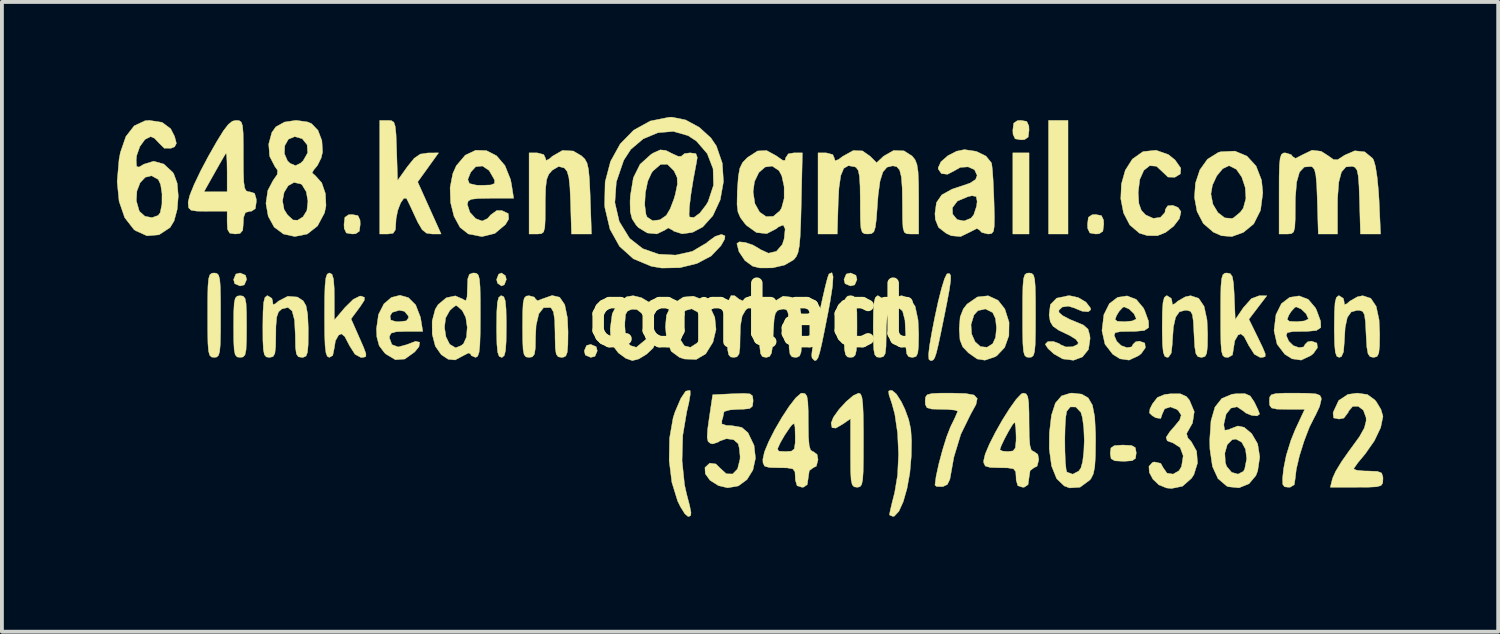
<source format=kicad_pcb>
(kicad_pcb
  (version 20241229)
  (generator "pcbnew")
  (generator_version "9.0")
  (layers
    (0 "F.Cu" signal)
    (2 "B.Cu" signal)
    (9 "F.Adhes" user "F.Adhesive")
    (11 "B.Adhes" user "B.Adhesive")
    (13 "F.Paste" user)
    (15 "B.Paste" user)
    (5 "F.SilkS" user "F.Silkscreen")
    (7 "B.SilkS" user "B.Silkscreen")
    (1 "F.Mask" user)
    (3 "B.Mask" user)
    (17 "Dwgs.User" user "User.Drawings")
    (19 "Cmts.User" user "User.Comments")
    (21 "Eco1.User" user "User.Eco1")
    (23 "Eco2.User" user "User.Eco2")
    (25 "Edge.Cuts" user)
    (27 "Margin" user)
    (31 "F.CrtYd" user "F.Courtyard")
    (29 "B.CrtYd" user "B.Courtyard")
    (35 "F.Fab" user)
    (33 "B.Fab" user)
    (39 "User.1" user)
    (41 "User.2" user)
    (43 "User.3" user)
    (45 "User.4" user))
  (footprint "contact"
    (layer "F.Cu")
    (at 16.504 5.169)
    (property "Reference" "contact" (at 0 0 0) (layer "F.SilkS") (effects (font (size 1.524 1.524) (thickness 0.3))))
    (attr through_hole)
    (fp_poly (pts (xy 7.281 -2.117) (xy 6.858 -2.117) (xy 6.858 -4.233) (xy 7.281 -4.233) (xy 7.281 -2.117)) (stroke (width 0.01) (type solid)) (fill yes) (layer "F.SilkS"))
    (fp_poly (pts (xy 8.297 -2.117) (xy 7.789 -2.117) (xy 7.789 -5.08) (xy 8.297 -5.08) (xy 8.297 -2.117)) (stroke (width 0.01) (type solid)) (fill yes) (layer "F.SilkS"))
    (fp_poly (pts (xy -13.151 -1.041) (xy -13.123 -0.931) (xy -13.183 -0.79) (xy -13.293 -0.762) (xy -13.434 -0.822) (xy -13.462 -0.931) (xy -13.402 -1.073) (xy -13.293 -1.101) (xy -13.151 -1.041)) (stroke (width 0.01) (type solid)) (fill yes) (layer "F.SilkS"))
    (fp_poly (pts (xy -6.374 -1.03) (xy -6.35 -0.931) (xy -6.403 -0.793) (xy -6.477 -0.762) (xy -6.58 -0.833) (xy -6.604 -0.931) (xy -6.551 -1.069) (xy -6.477 -1.101) (xy -6.374 -1.03)) (stroke (width 0.01) (type solid)) (fill yes) (layer "F.SilkS"))
    (fp_poly (pts (xy -4.007 0.822) (xy -3.979 0.931) (xy -4.039 1.073) (xy -4.149 1.101) (xy -4.29 1.041) (xy -4.318 0.931) (xy -4.258 0.79) (xy -4.149 0.762) (xy -4.007 0.822)) (stroke (width 0.01) (type solid)) (fill yes) (layer "F.SilkS"))
    (fp_poly (pts (xy 2.766 -1.041) (xy 2.794 -0.931) (xy 2.734 -0.79) (xy 2.625 -0.762) (xy 2.483 -0.822) (xy 2.455 -0.931) (xy 2.515 -1.073) (xy 2.625 -1.101) (xy 2.766 -1.041)) (stroke (width 0.01) (type solid)) (fill yes) (layer "F.SilkS"))
    (fp_poly (pts (xy -10.22 -2.597) (xy -10.165 -2.481) (xy -10.16 -2.371) (xy -10.183 -2.189) (xy -10.28 -2.123) (xy -10.372 -2.117) (xy -10.523 -2.144) (xy -10.578 -2.26) (xy -10.583 -2.371) (xy -10.561 -2.552) (xy -10.464 -2.619) (xy -10.372 -2.625) (xy -10.22 -2.597)) (stroke (width 0.01) (type solid)) (fill yes) (layer "F.SilkS"))
    (fp_poly (pts (xy 7.221 -5.053) (xy 7.276 -4.936) (xy 7.281 -4.826) (xy 7.259 -4.644) (xy 7.162 -4.578) (xy 7.07 -4.572) (xy 6.918 -4.599) (xy 6.863 -4.716) (xy 6.858 -4.826) (xy 6.881 -5.008) (xy 6.978 -5.074) (xy 7.07 -5.08) (xy 7.221 -5.053)) (stroke (width 0.01) (type solid)) (fill yes) (layer "F.SilkS"))
    (fp_poly (pts (xy 9.168 -2.597) (xy 9.224 -2.481) (xy 9.229 -2.371) (xy 9.206 -2.189) (xy 9.109 -2.123) (xy 9.017 -2.117) (xy 8.866 -2.144) (xy 8.81 -2.26) (xy 8.805 -2.371) (xy 8.828 -2.552) (xy 8.925 -2.619) (xy 9.017 -2.625) (xy 9.168 -2.597)) (stroke (width 0.01) (type solid)) (fill yes) (layer "F.SilkS"))
    (fp_poly (pts (xy 9.955 3.398) (xy 10.052 3.453) (xy 10.075 3.58) (xy 10.075 3.598) (xy 10.057 3.735) (xy 9.97 3.795) (xy 9.766 3.81) (xy 9.737 3.81) (xy 9.518 3.798) (xy 9.421 3.744) (xy 9.398 3.617) (xy 9.398 3.598) (xy 9.416 3.462) (xy 9.504 3.401) (xy 9.707 3.387) (xy 9.737 3.387) (xy 9.955 3.398)) (stroke (width 0.01) (type solid)) (fill yes) (layer "F.SilkS"))
    (fp_poly (pts (xy -13.214 -0.496) (xy -13.164 -0.438) (xy -13.137 -0.304) (xy -13.126 -0.062) (xy -13.123 0.296) (xy -13.126 0.67) (xy -13.138 0.906) (xy -13.166 1.036) (xy -13.217 1.09) (xy -13.293 1.101) (xy -13.371 1.089) (xy -13.421 1.031) (xy -13.448 0.897) (xy -13.46 0.655) (xy -13.462 0.296) (xy -13.459 -0.078) (xy -13.447 -0.313) (xy -13.419 -0.443) (xy -13.368 -0.497) (xy -13.293 -0.508) (xy -13.214 -0.496)) (stroke (width 0.01) (type solid)) (fill yes) (layer "F.SilkS"))
    (fp_poly (pts (xy -6.416 -0.479) (xy -6.378 -0.374) (xy -6.358 -0.164) (xy -6.35 0.18) (xy -6.35 0.296) (xy -6.355 0.68) (xy -6.371 0.922) (xy -6.404 1.053) (xy -6.459 1.099) (xy -6.477 1.101) (xy -6.538 1.072) (xy -6.576 0.967) (xy -6.596 0.756) (xy -6.604 0.413) (xy -6.604 0.296) (xy -6.599 -0.087) (xy -6.583 -0.33) (xy -6.55 -0.46) (xy -6.495 -0.506) (xy -6.477 -0.508) (xy -6.416 -0.479)) (stroke (width 0.01) (type solid)) (fill yes) (layer "F.SilkS"))
    (fp_poly (pts (xy 2.703 -0.496) (xy 2.753 -0.438) (xy 2.78 -0.304) (xy 2.792 -0.062) (xy 2.794 0.296) (xy 2.791 0.67) (xy 2.779 0.906) (xy 2.751 1.036) (xy 2.7 1.09) (xy 2.625 1.101) (xy 2.546 1.089) (xy 2.496 1.031) (xy 2.469 0.897) (xy 2.458 0.655) (xy 2.455 0.296) (xy 2.458 -0.078) (xy 2.47 -0.313) (xy 2.498 -0.443) (xy 2.549 -0.497) (xy 2.625 -0.508) (xy 2.703 -0.496)) (stroke (width 0.01) (type solid)) (fill yes) (layer "F.SilkS"))
    (fp_poly (pts (xy 2.171 -1.004) (xy 2.155 -0.754) (xy 2.093 -0.353) (xy 2.039 -0.065) (xy 1.944 0.416) (xy 1.874 0.755) (xy 1.821 0.977) (xy 1.779 1.107) (xy 1.74 1.168) (xy 1.698 1.185) (xy 1.688 1.185) (xy 1.622 1.116) (xy 1.612 1.037) (xy 1.631 0.879) (xy 1.678 0.611) (xy 1.743 0.273) (xy 1.82 -0.095) (xy 1.899 -0.454) (xy 1.971 -0.764) (xy 2.029 -0.984) (xy 2.064 -1.076) (xy 2.14 -1.109) (xy 2.171 -1.004)) (stroke (width 0.01) (type solid)) (fill yes) (layer "F.SilkS"))
    (fp_poly (pts (xy 5.237 -1.033) (xy 5.236 -0.901) (xy 5.203 -0.665) (xy 5.135 -0.301) (xy 5.081 -0.03) (xy 4.985 0.441) (xy 4.915 0.771) (xy 4.863 0.986) (xy 4.821 1.11) (xy 4.783 1.167) (xy 4.739 1.184) (xy 4.71 1.185) (xy 4.669 1.151) (xy 4.66 1.032) (xy 4.684 0.809) (xy 4.744 0.459) (xy 4.82 0.07) (xy 4.911 -0.352) (xy 5 -0.703) (xy 5.078 -0.954) (xy 5.138 -1.075) (xy 5.146 -1.08) (xy 5.207 -1.085) (xy 5.237 -1.033)) (stroke (width 0.01) (type solid)) (fill yes) (layer "F.SilkS"))
    (fp_poly (pts (xy -13.901 -1.091) (xy -13.854 -1.045) (xy -13.824 -0.936) (xy -13.808 -0.735) (xy -13.802 -0.418) (xy -13.801 0) (xy -13.802 0.449) (xy -13.809 0.756) (xy -13.826 0.948) (xy -13.857 1.051) (xy -13.906 1.093) (xy -13.97 1.101) (xy -14.039 1.091) (xy -14.086 1.045) (xy -14.116 0.936) (xy -14.132 0.735) (xy -14.138 0.418) (xy -14.139 0) (xy -14.138 -0.449) (xy -14.131 -0.756) (xy -14.114 -0.948) (xy -14.083 -1.051) (xy -14.034 -1.093) (xy -13.97 -1.101) (xy -13.901 -1.091)) (stroke (width 0.01) (type solid)) (fill yes) (layer "F.SilkS"))
    (fp_poly (pts (xy -1.556 1.972) (xy -1.554 2.069) (xy -1.59 2.281) (xy -1.646 2.522) (xy -1.749 3.133) (xy -1.768 3.794) (xy -1.703 4.423) (xy -1.651 4.657) (xy -1.571 4.962) (xy -1.535 5.14) (xy -1.541 5.223) (xy -1.585 5.248) (xy -1.613 5.249) (xy -1.696 5.178) (xy -1.809 4.997) (xy -1.883 4.847) (xy -2.033 4.361) (xy -2.104 3.791) (xy -2.094 3.207) (xy -2.001 2.677) (xy -1.95 2.52) (xy -1.799 2.169) (xy -1.674 1.982) (xy -1.572 1.959) (xy -1.556 1.972)) (stroke (width 0.01) (type solid)) (fill yes) (layer "F.SilkS"))
    (fp_poly (pts (xy 7.35 -1.091) (xy 7.398 -1.045) (xy 7.427 -0.936) (xy 7.443 -0.735) (xy 7.45 -0.418) (xy 7.451 0) (xy 7.449 0.449) (xy 7.442 0.756) (xy 7.425 0.948) (xy 7.394 1.051) (xy 7.346 1.093) (xy 7.281 1.101) (xy 7.212 1.091) (xy 7.165 1.045) (xy 7.135 0.936) (xy 7.12 0.735) (xy 7.113 0.418) (xy 7.112 0) (xy 7.113 -0.449) (xy 7.121 -0.756) (xy 7.137 -0.948) (xy 7.168 -1.051) (xy 7.217 -1.093) (xy 7.281 -1.101) (xy 7.35 -1.091)) (stroke (width 0.01) (type solid)) (fill yes) (layer "F.SilkS"))
    (fp_poly (pts (xy 3.712 1.965) (xy 3.818 2.053) (xy 3.948 2.254) (xy 4.045 2.456) (xy 4.142 2.722) (xy 4.197 2.974) (xy 4.217 3.272) (xy 4.21 3.676) (xy 4.209 3.683) (xy 4.172 4.114) (xy 4.099 4.518) (xy 4.001 4.862) (xy 3.887 5.114) (xy 3.768 5.241) (xy 3.73 5.249) (xy 3.644 5.212) (xy 3.641 5.198) (xy 3.661 5.095) (xy 3.712 4.878) (xy 3.776 4.627) (xy 3.853 4.167) (xy 3.878 3.629) (xy 3.853 3.078) (xy 3.78 2.58) (xy 3.704 2.303) (xy 3.629 2.081) (xy 3.618 1.98) (xy 3.67 1.959) (xy 3.712 1.965)) (stroke (width 0.01) (type solid)) (fill yes) (layer "F.SilkS"))
    (fp_poly (pts (xy 2.888 2.056) (xy 2.923 2.144) (xy 2.945 2.32) (xy 2.958 2.607) (xy 2.963 3.03) (xy 2.963 3.26) (xy 2.962 3.738) (xy 2.956 4.073) (xy 2.942 4.29) (xy 2.916 4.414) (xy 2.875 4.471) (xy 2.815 4.487) (xy 2.794 4.487) (xy 2.719 4.476) (xy 2.67 4.423) (xy 2.641 4.298) (xy 2.628 4.071) (xy 2.625 3.712) (xy 2.625 3.594) (xy 2.625 2.7) (xy 2.436 2.832) (xy 2.242 2.945) (xy 2.143 2.935) (xy 2.119 2.815) (xy 2.179 2.662) (xy 2.324 2.459) (xy 2.512 2.254) (xy 2.698 2.096) (xy 2.837 2.032) (xy 2.837 2.032) (xy 2.888 2.056)) (stroke (width 0.01) (type solid)) (fill yes) (layer "F.SilkS"))
    (fp_poly (pts (xy -1.233 -0.403) (xy -1.038 -0.211) (xy -0.914 0.056) (xy -0.882 0.373) (xy -0.962 0.704) (xy -1.151 1.009) (xy -1.399 1.155) (xy -1.708 1.143) (xy -1.836 1.1) (xy -2.048 0.944) (xy -2.166 0.674) (xy -2.198 0.332) (xy -1.863 0.332) (xy -1.819 0.627) (xy -1.707 0.8) (xy -1.55 0.838) (xy -1.376 0.727) (xy -1.303 0.632) (xy -1.21 0.415) (xy -1.234 0.17) (xy -1.24 0.146) (xy -1.359 -0.08) (xy -1.517 -0.166) (xy -1.678 -0.123) (xy -1.805 0.038) (xy -1.862 0.305) (xy -1.863 0.332) (xy -2.198 0.332) (xy -2.201 0.298) (xy -2.174 0.001) (xy -2.073 -0.21) (xy -1.994 -0.3) (xy -1.734 -0.471) (xy -1.473 -0.497) (xy -1.233 -0.403)) (stroke (width 0.01) (type solid)) (fill yes) (layer "F.SilkS"))
    (fp_poly (pts (xy 14.562 2.036) (xy 14.764 2.052) (xy 14.865 2.09) (xy 14.899 2.157) (xy 14.901 2.199) (xy 14.858 2.38) (xy 14.752 2.608) (xy 14.731 2.644) (xy 14.592 2.92) (xy 14.453 3.283) (xy 14.332 3.669) (xy 14.25 4.018) (xy 14.224 4.242) (xy 14.197 4.422) (xy 14.092 4.485) (xy 14.043 4.487) (xy 13.943 4.475) (xy 13.896 4.412) (xy 13.892 4.258) (xy 13.919 4) (xy 13.989 3.653) (xy 14.111 3.259) (xy 14.222 2.985) (xy 14.469 2.455) (xy 14.008 2.455) (xy 13.743 2.45) (xy 13.605 2.42) (xy 13.554 2.347) (xy 13.547 2.244) (xy 13.554 2.139) (xy 13.599 2.076) (xy 13.715 2.044) (xy 13.939 2.033) (xy 14.224 2.032) (xy 14.562 2.036)) (stroke (width 0.01) (type solid)) (fill yes) (layer "F.SilkS"))
    (fp_poly (pts (xy -9.346 -5.073) (xy -9.283 -5.031) (xy -9.247 -4.921) (xy -9.226 -4.712) (xy -9.213 -4.372) (xy -9.211 -4.297) (xy -9.186 -3.514) (xy -8.932 -3.87) (xy -8.753 -4.092) (xy -8.595 -4.2) (xy -8.404 -4.23) (xy -8.398 -4.23) (xy -8.117 -4.233) (xy -8.662 -3.475) (xy -8.356 -2.796) (xy -8.05 -2.117) (xy -8.286 -2.117) (xy -8.433 -2.139) (xy -8.545 -2.229) (xy -8.66 -2.425) (xy -8.724 -2.561) (xy -8.838 -2.809) (xy -8.925 -2.988) (xy -8.957 -3.048) (xy -9.025 -3.046) (xy -9.107 -2.927) (xy -9.18 -2.736) (xy -9.224 -2.522) (xy -9.229 -2.439) (xy -9.242 -2.228) (xy -9.302 -2.136) (xy -9.44 -2.117) (xy -9.652 -2.117) (xy -9.652 -5.08) (xy -9.444 -5.08) (xy -9.346 -5.073)) (stroke (width 0.01) (type solid)) (fill yes) (layer "F.SilkS"))
    (fp_poly (pts (xy 5.623 2.042) (xy 5.844 2.082) (xy 5.93 2.173) (xy 5.897 2.33) (xy 5.763 2.573) (xy 5.758 2.582) (xy 5.502 3.104) (xy 5.32 3.703) (xy 5.263 4.022) (xy 5.216 4.281) (xy 5.15 4.416) (xy 5.039 4.468) (xy 5.016 4.472) (xy 4.869 4.467) (xy 4.827 4.43) (xy 4.857 4.202) (xy 4.928 3.877) (xy 5.025 3.515) (xy 5.13 3.176) (xy 5.228 2.923) (xy 5.243 2.891) (xy 5.348 2.676) (xy 5.411 2.53) (xy 5.419 2.501) (xy 5.342 2.475) (xy 5.148 2.458) (xy 4.995 2.455) (xy 4.744 2.448) (xy 4.619 2.413) (xy 4.576 2.329) (xy 4.572 2.244) (xy 4.579 2.139) (xy 4.624 2.076) (xy 4.741 2.044) (xy 4.964 2.033) (xy 5.249 2.032) (xy 5.623 2.042)) (stroke (width 0.01) (type solid)) (fill yes) (layer "F.SilkS"))
    (fp_poly (pts (xy 6.472 -0.388) (xy 6.649 -0.163) (xy 6.76 0.185) (xy 6.755 0.535) (xy 6.645 0.842) (xy 6.44 1.059) (xy 6.379 1.091) (xy 6.13 1.174) (xy 5.929 1.143) (xy 5.705 0.986) (xy 5.699 0.981) (xy 5.55 0.825) (xy 5.48 0.647) (xy 5.461 0.378) (xy 5.461 0.353) (xy 5.469 0.247) (xy 5.767 0.247) (xy 5.784 0.491) (xy 5.873 0.693) (xy 6.014 0.819) (xy 6.184 0.837) (xy 6.333 0.745) (xy 6.408 0.578) (xy 6.432 0.331) (xy 6.405 0.087) (xy 6.333 -0.068) (xy 6.141 -0.163) (xy 5.947 -0.118) (xy 5.845 -0.006) (xy 5.767 0.247) (xy 5.469 0.247) (xy 5.484 0.047) (xy 5.568 -0.166) (xy 5.666 -0.29) (xy 5.934 -0.475) (xy 6.215 -0.506) (xy 6.472 -0.388)) (stroke (width 0.01) (type solid)) (fill yes) (layer "F.SilkS"))
    (fp_poly (pts (xy -2.829 -0.457) (xy -2.622 -0.334) (xy -2.482 -0.181) (xy -2.455 -0.095) (xy -2.522 -0.005) (xy -2.664 0.025) (xy -2.796 -0.013) (xy -2.83 -0.058) (xy -2.944 -0.147) (xy -3.069 -0.154) (xy -3.184 -0.117) (xy -3.241 -0.019) (xy -3.259 0.186) (xy -3.26 0.287) (xy -3.239 0.575) (xy -3.17 0.741) (xy -3.107 0.795) (xy -2.961 0.839) (xy -2.843 0.741) (xy -2.702 0.625) (xy -2.555 0.599) (xy -2.463 0.667) (xy -2.455 0.714) (xy -2.524 0.858) (xy -2.691 1.016) (xy -2.896 1.141) (xy -3.063 1.185) (xy -3.231 1.128) (xy -3.42 0.99) (xy -3.433 0.978) (xy -3.57 0.796) (xy -3.631 0.569) (xy -3.641 0.354) (xy -3.588 -0.038) (xy -3.439 -0.323) (xy -3.208 -0.482) (xy -3.042 -0.508) (xy -2.829 -0.457)) (stroke (width 0.01) (type solid)) (fill yes) (layer "F.SilkS"))
    (fp_poly (pts (xy -4.606 -4.281) (xy -4.393 -4.157) (xy -4.305 -4.074) (xy -4.246 -3.968) (xy -4.208 -3.805) (xy -4.184 -3.55) (xy -4.166 -3.17) (xy -4.162 -3.057) (xy -4.13 -2.117) (xy -4.651 -2.117) (xy -4.675 -2.933) (xy -4.692 -3.332) (xy -4.72 -3.593) (xy -4.765 -3.749) (xy -4.832 -3.833) (xy -4.842 -3.84) (xy -4.987 -3.878) (xy -5.147 -3.783) (xy -5.16 -3.772) (xy -5.245 -3.673) (xy -5.298 -3.539) (xy -5.324 -3.328) (xy -5.334 -3.002) (xy -5.334 -2.866) (xy -5.336 -2.509) (xy -5.347 -2.288) (xy -5.378 -2.171) (xy -5.436 -2.125) (xy -5.533 -2.117) (xy -5.546 -2.117) (xy -5.757 -2.117) (xy -5.757 -4.233) (xy -5.546 -4.233) (xy -5.374 -4.188) (xy -5.334 -4.103) (xy -5.311 -4.033) (xy -5.221 -4.081) (xy -5.149 -4.145) (xy -4.885 -4.297) (xy -4.606 -4.281)) (stroke (width 0.01) (type solid)) (fill yes) (layer "F.SilkS"))
    (fp_poly (pts (xy 10.915 -4.188) (xy 11.089 -4.047) (xy 11.237 -3.836) (xy 11.228 -3.685) (xy 11.084 -3.596) (xy 10.903 -3.602) (xy 10.783 -3.717) (xy 10.604 -3.884) (xy 10.427 -3.898) (xy 10.275 -3.778) (xy 10.168 -3.54) (xy 10.127 -3.201) (xy 10.127 -3.199) (xy 10.145 -2.912) (xy 10.21 -2.732) (xy 10.321 -2.614) (xy 10.521 -2.525) (xy 10.707 -2.551) (xy 10.823 -2.676) (xy 10.837 -2.761) (xy 10.897 -2.852) (xy 11.031 -2.864) (xy 11.17 -2.806) (xy 11.243 -2.698) (xy 11.202 -2.518) (xy 11.052 -2.321) (xy 10.839 -2.156) (xy 10.626 -2.072) (xy 10.366 -2.075) (xy 10.16 -2.137) (xy 9.907 -2.353) (xy 9.745 -2.666) (xy 9.673 -3.035) (xy 9.689 -3.42) (xy 9.79 -3.779) (xy 9.976 -4.072) (xy 10.244 -4.26) (xy 10.263 -4.267) (xy 10.593 -4.301) (xy 10.915 -4.188)) (stroke (width 0.01) (type solid)) (fill yes) (layer "F.SilkS"))
    (fp_poly (pts (xy 12.963 -4.148) (xy 13.201 -3.89) (xy 13.344 -3.521) (xy 13.377 -3.192) (xy 13.317 -2.733) (xy 13.14 -2.381) (xy 12.872 -2.16) (xy 12.57 -2.05) (xy 12.297 -2.072) (xy 12.087 -2.165) (xy 11.825 -2.391) (xy 11.662 -2.705) (xy 11.595 -3.068) (xy 11.601 -3.16) (xy 12.023 -3.16) (xy 12.075 -2.894) (xy 12.207 -2.674) (xy 12.385 -2.538) (xy 12.573 -2.522) (xy 12.613 -2.539) (xy 12.791 -2.686) (xy 12.867 -2.79) (xy 12.936 -3.044) (xy 12.918 -3.33) (xy 12.829 -3.6) (xy 12.687 -3.804) (xy 12.507 -3.894) (xy 12.488 -3.895) (xy 12.331 -3.82) (xy 12.177 -3.634) (xy 12.063 -3.39) (xy 12.023 -3.16) (xy 11.601 -3.16) (xy 11.62 -3.442) (xy 11.735 -3.789) (xy 11.934 -4.068) (xy 12.216 -4.244) (xy 12.28 -4.262) (xy 12.65 -4.279) (xy 12.963 -4.148)) (stroke (width 0.01) (type solid)) (fill yes) (layer "F.SilkS"))
    (fp_poly (pts (xy -4.96 -0.468) (xy -4.828 -0.276) (xy -4.757 0.067) (xy -4.741 0.429) (xy -4.745 0.765) (xy -4.761 0.966) (xy -4.8 1.065) (xy -4.868 1.098) (xy -4.911 1.101) (xy -4.998 1.085) (xy -5.049 1.016) (xy -5.073 0.858) (xy -5.08 0.575) (xy -5.08 0.475) (xy -5.089 0.126) (xy -5.121 -0.084) (xy -5.18 -0.185) (xy -5.205 -0.199) (xy -5.379 -0.195) (xy -5.503 -0.036) (xy -5.574 0.268) (xy -5.588 0.556) (xy -5.593 0.852) (xy -5.617 1.016) (xy -5.672 1.087) (xy -5.757 1.101) (xy -5.836 1.089) (xy -5.886 1.031) (xy -5.913 0.897) (xy -5.924 0.655) (xy -5.927 0.296) (xy -5.924 -0.078) (xy -5.912 -0.313) (xy -5.884 -0.443) (xy -5.833 -0.497) (xy -5.757 -0.508) (xy -5.62 -0.471) (xy -5.588 -0.42) (xy -5.536 -0.376) (xy -5.424 -0.42) (xy -5.157 -0.514) (xy -4.96 -0.468)) (stroke (width 0.01) (type solid)) (fill yes) (layer "F.SilkS"))
    (fp_poly (pts (xy 12.53 -1.082) (xy 12.583 -1.003) (xy 12.613 -0.829) (xy 12.632 -0.523) (xy 12.633 -0.492) (xy 12.658 0.116) (xy 12.869 -0.195) (xy 13.08 -0.432) (xy 13.282 -0.507) (xy 13.482 -0.508) (xy 13.248 -0.201) (xy 13.014 0.106) (xy 13.238 0.563) (xy 13.373 0.843) (xy 13.439 1.003) (xy 13.439 1.078) (xy 13.377 1.099) (xy 13.306 1.101) (xy 13.156 1.019) (xy 13.007 0.785) (xy 12.996 0.762) (xy 12.888 0.556) (xy 12.803 0.487) (xy 12.73 0.519) (xy 12.645 0.668) (xy 12.615 0.857) (xy 12.586 1.038) (xy 12.479 1.099) (xy 12.446 1.101) (xy 12.377 1.091) (xy 12.33 1.045) (xy 12.3 0.936) (xy 12.284 0.735) (xy 12.278 0.418) (xy 12.277 0) (xy 12.278 -0.45) (xy 12.285 -0.757) (xy 12.303 -0.949) (xy 12.333 -1.052) (xy 12.382 -1.094) (xy 12.442 -1.101) (xy 12.53 -1.082)) (stroke (width 0.01) (type solid)) (fill yes) (layer "F.SilkS"))
    (fp_poly (pts (xy -10.896 -1.066) (xy -10.857 -0.943) (xy -10.839 -0.7) (xy -10.836 -0.487) (xy -10.835 0.127) (xy -10.558 -0.2) (xy -10.343 -0.412) (xy -10.17 -0.498) (xy -10.132 -0.497) (xy -10.048 -0.463) (xy -10.055 -0.386) (xy -10.159 -0.227) (xy -10.191 -0.184) (xy -10.399 0.097) (xy -10.195 0.559) (xy -10.071 0.842) (xy -10.012 1.004) (xy -10.014 1.079) (xy -10.075 1.1) (xy -10.147 1.101) (xy -10.297 1.019) (xy -10.446 0.785) (xy -10.456 0.762) (xy -10.564 0.556) (xy -10.65 0.487) (xy -10.723 0.519) (xy -10.807 0.668) (xy -10.837 0.857) (xy -10.877 1.051) (xy -10.964 1.101) (xy -11.017 1.076) (xy -11.053 0.986) (xy -11.076 0.805) (xy -11.088 0.508) (xy -11.091 0.07) (xy -11.091 0) (xy -11.089 -0.458) (xy -11.078 -0.773) (xy -11.057 -0.968) (xy -11.023 -1.068) (xy -10.972 -1.1) (xy -10.964 -1.101) (xy -10.896 -1.066)) (stroke (width 0.01) (type solid)) (fill yes) (layer "F.SilkS"))
    (fp_poly (pts (xy -8.903 -0.456) (xy -8.715 -0.269) (xy -8.591 0.05) (xy -8.579 0.116) (xy -8.529 0.423) (xy -8.964 0.423) (xy -9.221 0.432) (xy -9.351 0.467) (xy -9.395 0.547) (xy -9.398 0.595) (xy -9.335 0.767) (xy -9.17 0.829) (xy -8.942 0.767) (xy -8.935 0.763) (xy -8.717 0.681) (xy -8.61 0.706) (xy -8.629 0.822) (xy -8.74 0.959) (xy -8.998 1.144) (xy -9.244 1.162) (xy -9.491 1.014) (xy -9.529 0.978) (xy -9.666 0.796) (xy -9.727 0.569) (xy -9.737 0.354) (xy -9.689 0.021) (xy -9.382 0.021) (xy -9.364 0.127) (xy -9.232 0.167) (xy -9.144 0.169) (xy -8.958 0.148) (xy -8.901 0.07) (xy -8.906 0.021) (xy -9.007 -0.101) (xy -9.144 -0.127) (xy -9.327 -0.072) (xy -9.382 0.021) (xy -9.689 0.021) (xy -9.683 -0.02) (xy -9.543 -0.295) (xy -9.347 -0.463) (xy -9.123 -0.519) (xy -8.903 -0.456)) (stroke (width 0.01) (type solid)) (fill yes) (layer "F.SilkS"))
    (fp_poly (pts (xy 16.192 -0.44) (xy 16.333 -0.231) (xy 16.409 0.124) (xy 16.425 0.485) (xy 16.421 0.804) (xy 16.401 0.989) (xy 16.357 1.076) (xy 16.279 1.1) (xy 16.26 1.101) (xy 16.173 1.082) (xy 16.12 1.004) (xy 16.089 0.831) (xy 16.071 0.526) (xy 16.069 0.487) (xy 16.053 0.17) (xy 16.027 -0.013) (xy 15.979 -0.1) (xy 15.893 -0.126) (xy 15.836 -0.127) (xy 15.682 -0.084) (xy 15.581 0.058) (xy 15.524 0.324) (xy 15.502 0.699) (xy 15.481 0.959) (xy 15.425 1.082) (xy 15.367 1.101) (xy 15.306 1.072) (xy 15.268 0.967) (xy 15.248 0.756) (xy 15.24 0.413) (xy 15.24 0.296) (xy 15.245 -0.087) (xy 15.261 -0.33) (xy 15.294 -0.46) (xy 15.349 -0.506) (xy 15.367 -0.508) (xy 15.476 -0.439) (xy 15.494 -0.368) (xy 15.506 -0.275) (xy 15.571 -0.3) (xy 15.649 -0.368) (xy 15.843 -0.479) (xy 15.983 -0.508) (xy 16.192 -0.44)) (stroke (width 0.01) (type solid)) (fill yes) (layer "F.SilkS"))
    (fp_poly (pts (xy 4.169 -0.44) (xy 4.31 -0.231) (xy 4.386 0.124) (xy 4.403 0.485) (xy 4.398 0.803) (xy 4.379 0.989) (xy 4.335 1.076) (xy 4.257 1.1) (xy 4.233 1.101) (xy 4.143 1.084) (xy 4.092 1.01) (xy 4.069 0.843) (xy 4.064 0.544) (xy 4.064 0.525) (xy 4.045 0.132) (xy 3.983 -0.107) (xy 3.873 -0.201) (xy 3.712 -0.162) (xy 3.627 -0.087) (xy 3.579 0.05) (xy 3.559 0.291) (xy 3.556 0.511) (xy 3.551 0.821) (xy 3.531 0.999) (xy 3.483 1.08) (xy 3.399 1.101) (xy 3.387 1.101) (xy 3.308 1.089) (xy 3.258 1.031) (xy 3.231 0.897) (xy 3.22 0.655) (xy 3.217 0.296) (xy 3.222 -0.087) (xy 3.239 -0.33) (xy 3.272 -0.46) (xy 3.326 -0.506) (xy 3.344 -0.508) (xy 3.454 -0.439) (xy 3.471 -0.368) (xy 3.483 -0.275) (xy 3.549 -0.3) (xy 3.626 -0.368) (xy 3.82 -0.479) (xy 3.96 -0.508) (xy 4.169 -0.44)) (stroke (width 0.01) (type solid)) (fill yes) (layer "F.SilkS"))
    (fp_poly (pts (xy 11.704 -0.44) (xy 11.845 -0.231) (xy 11.922 0.124) (xy 11.938 0.485) (xy 11.934 0.804) (xy 11.914 0.989) (xy 11.87 1.076) (xy 11.791 1.1) (xy 11.772 1.101) (xy 11.685 1.082) (xy 11.632 1.004) (xy 11.602 0.831) (xy 11.584 0.526) (xy 11.582 0.487) (xy 11.566 0.17) (xy 11.54 -0.013) (xy 11.492 -0.1) (xy 11.406 -0.125) (xy 11.346 -0.127) (xy 11.2 -0.086) (xy 11.103 0.053) (xy 11.045 0.312) (xy 11.017 0.715) (xy 11.017 0.741) (xy 10.99 0.987) (xy 10.92 1.092) (xy 10.88 1.101) (xy 10.819 1.072) (xy 10.781 0.967) (xy 10.76 0.756) (xy 10.753 0.413) (xy 10.753 0.296) (xy 10.757 -0.087) (xy 10.774 -0.33) (xy 10.807 -0.46) (xy 10.861 -0.506) (xy 10.88 -0.508) (xy 10.989 -0.439) (xy 11.007 -0.368) (xy 11.019 -0.275) (xy 11.084 -0.3) (xy 11.162 -0.368) (xy 11.356 -0.479) (xy 11.495 -0.508) (xy 11.704 -0.44)) (stroke (width 0.01) (type solid)) (fill yes) (layer "F.SilkS"))
    (fp_poly (pts (xy -12.464 -0.439) (xy -12.446 -0.368) (xy -12.434 -0.275) (xy -12.369 -0.3) (xy -12.291 -0.368) (xy -12.049 -0.493) (xy -11.797 -0.473) (xy -11.648 -0.375) (xy -11.573 -0.246) (xy -11.531 -0.02) (xy -11.515 0.335) (xy -11.515 0.429) (xy -11.518 0.765) (xy -11.535 0.966) (xy -11.573 1.065) (xy -11.641 1.098) (xy -11.684 1.101) (xy -11.774 1.084) (xy -11.825 1.01) (xy -11.848 0.843) (xy -11.853 0.544) (xy -11.853 0.525) (xy -11.873 0.132) (xy -11.935 -0.107) (xy -12.044 -0.201) (xy -12.205 -0.162) (xy -12.29 -0.087) (xy -12.338 0.05) (xy -12.359 0.291) (xy -12.361 0.511) (xy -12.366 0.821) (xy -12.387 0.999) (xy -12.434 1.08) (xy -12.519 1.101) (xy -12.531 1.101) (xy -12.609 1.089) (xy -12.659 1.031) (xy -12.686 0.897) (xy -12.698 0.655) (xy -12.7 0.296) (xy -12.695 -0.087) (xy -12.679 -0.33) (xy -12.646 -0.46) (xy -12.591 -0.506) (xy -12.573 -0.508) (xy -12.464 -0.439)) (stroke (width 0.01) (type solid)) (fill yes) (layer "F.SilkS"))
    (fp_poly (pts (xy 8.654 2.059) (xy 8.823 2.156) (xy 8.933 2.345) (xy 8.993 2.65) (xy 9.016 3.092) (xy 9.017 3.26) (xy 9.012 3.674) (xy 8.994 3.955) (xy 8.957 4.139) (xy 8.896 4.261) (xy 8.863 4.301) (xy 8.61 4.487) (xy 8.337 4.505) (xy 8.199 4.454) (xy 8.001 4.264) (xy 7.868 3.934) (xy 7.807 3.482) (xy 7.81 3.226) (xy 8.214 3.226) (xy 8.217 3.549) (xy 8.228 3.834) (xy 8.249 4.032) (xy 8.269 4.092) (xy 8.421 4.147) (xy 8.578 4.063) (xy 8.633 3.985) (xy 8.679 3.817) (xy 8.71 3.543) (xy 8.721 3.26) (xy 8.708 2.944) (xy 8.674 2.678) (xy 8.633 2.534) (xy 8.5 2.395) (xy 8.357 2.392) (xy 8.264 2.505) (xy 8.238 2.655) (xy 8.221 2.912) (xy 8.214 3.226) (xy 7.81 3.226) (xy 7.811 3.074) (xy 7.865 2.609) (xy 7.968 2.291) (xy 8.129 2.105) (xy 8.357 2.034) (xy 8.413 2.032) (xy 8.654 2.059)) (stroke (width 0.01) (type solid)) (fill yes) (layer "F.SilkS"))
    (fp_poly (pts (xy 8.566 -0.459) (xy 8.766 -0.339) (xy 8.881 -0.19) (xy 8.89 -0.141) (xy 8.824 -0.089) (xy 8.669 -0.102) (xy 8.49 -0.175) (xy 8.477 -0.183) (xy 8.307 -0.235) (xy 8.147 -0.212) (xy 8.059 -0.129) (xy 8.061 -0.073) (xy 8.154 0.01) (xy 8.352 0.114) (xy 8.47 0.161) (xy 8.703 0.26) (xy 8.819 0.365) (xy 8.865 0.528) (xy 8.873 0.608) (xy 8.831 0.894) (xy 8.674 1.089) (xy 8.439 1.176) (xy 8.161 1.141) (xy 7.928 1.01) (xy 7.775 0.869) (xy 7.705 0.762) (xy 7.705 0.756) (xy 7.77 0.689) (xy 7.916 0.685) (xy 8.066 0.741) (xy 8.101 0.769) (xy 8.24 0.828) (xy 8.414 0.824) (xy 8.544 0.765) (xy 8.566 0.72) (xy 8.503 0.63) (xy 8.34 0.529) (xy 8.33 0.525) (xy 8.058 0.395) (xy 7.906 0.289) (xy 7.834 0.17) (xy 7.804 -0.002) (xy 7.804 -0.005) (xy 7.837 -0.277) (xy 8.001 -0.444) (xy 8.299 -0.507) (xy 8.343 -0.508) (xy 8.566 -0.459)) (stroke (width 0.01) (type solid)) (fill yes) (layer "F.SilkS"))
    (fp_poly (pts (xy -6.868 -4.292) (xy -6.604 -4.156) (xy -6.386 -3.901) (xy -6.24 -3.537) (xy -6.215 -3.408) (xy -6.159 -3.048) (xy -6.763 -3.048) (xy -7.078 -3.043) (xy -7.26 -3.023) (xy -7.344 -2.977) (xy -7.366 -2.896) (xy -7.366 -2.885) (xy -7.301 -2.684) (xy -7.148 -2.518) (xy -6.98 -2.455) (xy -6.841 -2.52) (xy -6.762 -2.611) (xy -6.601 -2.729) (xy -6.465 -2.728) (xy -6.299 -2.65) (xy -6.288 -2.507) (xy -6.374 -2.363) (xy -6.649 -2.132) (xy -6.986 -2.049) (xy -7.34 -2.118) (xy -7.558 -2.289) (xy -7.715 -2.578) (xy -7.804 -2.938) (xy -7.817 -3.325) (xy -7.776 -3.539) (xy -7.355 -3.539) (xy -7.313 -3.433) (xy -7.133 -3.391) (xy -6.988 -3.387) (xy -6.756 -3.396) (xy -6.658 -3.434) (xy -6.657 -3.519) (xy -6.662 -3.535) (xy -6.799 -3.774) (xy -6.973 -3.89) (xy -7.149 -3.871) (xy -7.278 -3.731) (xy -7.355 -3.539) (xy -7.776 -3.539) (xy -7.745 -3.695) (xy -7.655 -3.898) (xy -7.421 -4.173) (xy -7.15 -4.301) (xy -6.868 -4.292)) (stroke (width 0.01) (type solid)) (fill yes) (layer "F.SilkS"))
    (fp_poly (pts (xy 10.075 -0.412) (xy 10.264 -0.187) (xy 10.293 -0.127) (xy 10.397 0.157) (xy 10.401 0.322) (xy 10.287 0.4) (xy 10.034 0.423) (xy 9.948 0.423) (xy 9.668 0.428) (xy 9.528 0.456) (xy 9.5 0.526) (xy 9.557 0.657) (xy 9.57 0.683) (xy 9.683 0.793) (xy 9.834 0.846) (xy 9.957 0.827) (xy 9.991 0.762) (xy 10.062 0.693) (xy 10.16 0.677) (xy 10.299 0.727) (xy 10.315 0.848) (xy 10.208 1) (xy 10.141 1.054) (xy 9.889 1.172) (xy 9.652 1.138) (xy 9.463 1.019) (xy 9.261 0.757) (xy 9.182 0.402) (xy 9.217 0.114) (xy 9.524 0.114) (xy 9.585 0.16) (xy 9.776 0.169) (xy 9.973 0.15) (xy 10.072 0.102) (xy 10.075 0.091) (xy 10.019 -0.036) (xy 9.895 -0.157) (xy 9.768 -0.215) (xy 9.73 -0.208) (xy 9.63 -0.1) (xy 9.565 0.005) (xy 9.524 0.114) (xy 9.217 0.114) (xy 9.232 -0.014) (xy 9.233 -0.015) (xy 9.375 -0.301) (xy 9.59 -0.465) (xy 9.836 -0.503) (xy 10.075 -0.412)) (stroke (width 0.01) (type solid)) (fill yes) (layer "F.SilkS"))
    (fp_poly (pts (xy 14.562 -0.412) (xy 14.752 -0.187) (xy 14.78 -0.127) (xy 14.884 0.157) (xy 14.889 0.322) (xy 14.774 0.4) (xy 14.521 0.423) (xy 14.436 0.423) (xy 14.155 0.428) (xy 14.015 0.456) (xy 13.987 0.526) (xy 14.044 0.657) (xy 14.058 0.683) (xy 14.171 0.793) (xy 14.322 0.846) (xy 14.444 0.827) (xy 14.478 0.762) (xy 14.549 0.693) (xy 14.647 0.677) (xy 14.787 0.727) (xy 14.802 0.848) (xy 14.695 1) (xy 14.628 1.054) (xy 14.377 1.172) (xy 14.139 1.138) (xy 13.95 1.019) (xy 13.749 0.757) (xy 13.669 0.402) (xy 13.704 0.114) (xy 14.012 0.114) (xy 14.073 0.16) (xy 14.263 0.169) (xy 14.46 0.15) (xy 14.56 0.102) (xy 14.563 0.091) (xy 14.507 -0.036) (xy 14.382 -0.157) (xy 14.255 -0.215) (xy 14.218 -0.208) (xy 14.118 -0.1) (xy 14.052 0.005) (xy 14.012 0.114) (xy 13.704 0.114) (xy 13.72 -0.014) (xy 13.72 -0.015) (xy 13.862 -0.301) (xy 14.077 -0.465) (xy 14.324 -0.503) (xy 14.562 -0.412)) (stroke (width 0.01) (type solid)) (fill yes) (layer "F.SilkS"))
    (fp_poly (pts (xy 16.106 2.07) (xy 16.296 2.209) (xy 16.335 2.255) (xy 16.457 2.457) (xy 16.51 2.636) (xy 16.51 2.639) (xy 16.45 2.932) (xy 16.286 3.276) (xy 16.048 3.616) (xy 16.013 3.658) (xy 15.857 3.846) (xy 15.762 3.98) (xy 15.748 4.012) (xy 15.824 4.043) (xy 16.015 4.062) (xy 16.129 4.064) (xy 16.364 4.073) (xy 16.475 4.116) (xy 16.509 4.219) (xy 16.51 4.276) (xy 16.503 4.38) (xy 16.459 4.443) (xy 16.343 4.475) (xy 16.122 4.486) (xy 15.823 4.487) (xy 15.137 4.487) (xy 15.195 4.255) (xy 15.274 4.077) (xy 15.43 3.82) (xy 15.632 3.532) (xy 15.674 3.476) (xy 15.899 3.166) (xy 16.025 2.94) (xy 16.071 2.759) (xy 16.07 2.672) (xy 15.999 2.478) (xy 15.865 2.376) (xy 15.72 2.379) (xy 15.614 2.503) (xy 15.605 2.533) (xy 15.492 2.682) (xy 15.365 2.709) (xy 15.224 2.68) (xy 15.209 2.559) (xy 15.218 2.519) (xy 15.355 2.225) (xy 15.595 2.066) (xy 15.84 2.032) (xy 16.106 2.07)) (stroke (width 0.01) (type solid)) (fill yes) (layer "F.SilkS"))
    (fp_poly (pts (xy 11.229 2.051) (xy 11.382 2.12) (xy 11.464 2.216) (xy 11.589 2.514) (xy 11.544 2.812) (xy 11.47 2.942) (xy 11.389 3.088) (xy 11.422 3.201) (xy 11.512 3.299) (xy 11.651 3.548) (xy 11.674 3.855) (xy 11.58 4.157) (xy 11.517 4.254) (xy 11.282 4.461) (xy 10.997 4.519) (xy 10.867 4.506) (xy 10.666 4.425) (xy 10.51 4.276) (xy 10.417 4.101) (xy 10.407 3.942) (xy 10.499 3.84) (xy 10.551 3.827) (xy 10.716 3.864) (xy 10.776 3.975) (xy 10.878 4.119) (xy 11.037 4.145) (xy 11.191 4.056) (xy 11.257 3.946) (xy 11.301 3.669) (xy 11.221 3.451) (xy 11.039 3.334) (xy 10.884 3.276) (xy 10.855 3.187) (xy 10.953 3.037) (xy 11.049 2.929) (xy 11.209 2.735) (xy 11.249 2.606) (xy 11.177 2.494) (xy 11.135 2.456) (xy 10.966 2.392) (xy 10.816 2.442) (xy 10.753 2.58) (xy 10.714 2.695) (xy 10.587 2.676) (xy 10.499 2.625) (xy 10.42 2.55) (xy 10.434 2.442) (xy 10.501 2.309) (xy 10.629 2.146) (xy 10.816 2.069) (xy 10.98 2.049) (xy 11.229 2.051)) (stroke (width 0.01) (type solid)) (fill yes) (layer "F.SilkS"))
    (fp_poly (pts (xy 0.003 2.052) (xy 0.07 2.104) (xy 0.084 2.208) (xy 0.085 2.24) (xy 0.069 2.373) (xy -0.006 2.436) (xy -0.189 2.454) (xy -0.296 2.455) (xy -0.524 2.471) (xy -0.66 2.51) (xy -0.677 2.533) (xy -0.705 2.675) (xy -0.729 2.745) (xy -0.73 2.836) (xy -0.616 2.874) (xy -0.48 2.879) (xy -0.211 2.926) (xy -0.048 3.066) (xy 0.11 3.396) (xy 0.147 3.73) (xy 0.08 4.037) (xy -0.075 4.288) (xy -0.3 4.453) (xy -0.579 4.502) (xy -0.819 4.445) (xy -1.04 4.305) (xy -1.162 4.135) (xy -1.171 3.974) (xy -1.05 3.861) (xy -1.046 3.859) (xy -0.886 3.88) (xy -0.788 3.977) (xy -0.614 4.136) (xy -0.449 4.141) (xy -0.321 4.01) (xy -0.257 3.757) (xy -0.254 3.683) (xy -0.276 3.465) (xy -0.305 3.351) (xy -0.423 3.247) (xy -0.611 3.221) (xy -0.789 3.282) (xy -0.816 3.305) (xy -0.963 3.357) (xy -1.028 3.344) (xy -1.089 3.295) (xy -1.113 3.186) (xy -1.101 2.979) (xy -1.06 2.685) (xy -0.969 2.074) (xy -0.442 2.049) (xy -0.155 2.039) (xy 0.003 2.052)) (stroke (width 0.01) (type solid)) (fill yes) (layer "F.SilkS"))
    (fp_poly (pts (xy -7.128 -1.091) (xy -7.08 -1.045) (xy -7.051 -0.936) (xy -7.035 -0.735) (xy -7.028 -0.418) (xy -7.027 0) (xy -7.03 0.458) (xy -7.041 0.773) (xy -7.061 0.968) (xy -7.096 1.068) (xy -7.146 1.1) (xy -7.154 1.101) (xy -7.267 1.052) (xy -7.281 1.011) (xy -7.338 0.986) (xy -7.47 1.054) (xy -7.685 1.168) (xy -7.866 1.15) (xy -8.047 1.03) (xy -8.202 0.809) (xy -8.283 0.496) (xy -8.284 0.318) (xy -7.963 0.318) (xy -7.925 0.564) (xy -7.828 0.758) (xy -7.681 0.846) (xy -7.662 0.847) (xy -7.526 0.792) (xy -7.468 0.745) (xy -7.389 0.57) (xy -7.37 0.315) (xy -7.408 0.058) (xy -7.499 -0.121) (xy -7.616 -0.226) (xy -7.662 -0.254) (xy -7.738 -0.202) (xy -7.826 -0.121) (xy -7.933 0.072) (xy -7.963 0.318) (xy -8.284 0.318) (xy -8.285 0.155) (xy -8.204 -0.153) (xy -8.13 -0.275) (xy -7.915 -0.454) (xy -7.681 -0.504) (xy -7.476 -0.415) (xy -7.468 -0.406) (xy -7.405 -0.38) (xy -7.374 -0.477) (xy -7.366 -0.703) (xy -7.356 -0.947) (xy -7.313 -1.066) (xy -7.221 -1.1) (xy -7.197 -1.101) (xy -7.128 -1.091)) (stroke (width 0.01) (type solid)) (fill yes) (layer "F.SilkS"))
    (fp_poly (pts (xy -13.318 -5.074) (xy -13.262 -5.035) (xy -13.229 -4.935) (xy -13.213 -4.744) (xy -13.208 -4.432) (xy -13.208 -4.149) (xy -13.206 -3.741) (xy -13.197 -3.474) (xy -13.174 -3.317) (xy -13.134 -3.242) (xy -13.071 -3.218) (xy -13.039 -3.217) (xy -12.915 -3.177) (xy -12.871 -3.029) (xy -12.869 -2.963) (xy -12.896 -2.777) (xy -12.995 -2.712) (xy -13.039 -2.709) (xy -13.155 -2.676) (xy -13.202 -2.547) (xy -13.208 -2.413) (xy -13.224 -2.213) (xy -13.295 -2.131) (xy -13.42 -2.117) (xy -13.563 -2.139) (xy -13.621 -2.238) (xy -13.631 -2.413) (xy -13.631 -2.709) (xy -14.139 -2.709) (xy -14.421 -2.713) (xy -14.572 -2.737) (xy -14.635 -2.799) (xy -14.647 -2.919) (xy -14.647 -2.951) (xy -14.606 -3.124) (xy -14.568 -3.217) (xy -14.236 -3.217) (xy -13.631 -3.217) (xy -13.631 -3.739) (xy -13.635 -4.005) (xy -13.646 -4.18) (xy -13.66 -4.226) (xy -13.713 -4.14) (xy -13.824 -3.948) (xy -13.962 -3.704) (xy -14.236 -3.217) (xy -14.568 -3.217) (xy -14.491 -3.408) (xy -14.319 -3.768) (xy -14.124 -4.137) (xy -13.895 -4.538) (xy -13.726 -4.811) (xy -13.598 -4.977) (xy -13.494 -5.059) (xy -13.404 -5.08) (xy -13.318 -5.074)) (stroke (width 0.01) (type solid)) (fill yes) (layer "F.SilkS"))
    (fp_poly (pts (xy 1.439 2.046) (xy 1.487 2.11) (xy 1.512 2.257) (xy 1.523 2.517) (xy 1.524 2.794) (xy 1.529 3.166) (xy 1.547 3.397) (xy 1.583 3.518) (xy 1.642 3.556) (xy 1.651 3.556) (xy 1.753 3.63) (xy 1.778 3.768) (xy 1.734 3.938) (xy 1.651 3.979) (xy 1.55 4.055) (xy 1.524 4.233) (xy 1.497 4.419) (xy 1.398 4.485) (xy 1.355 4.487) (xy 1.231 4.447) (xy 1.187 4.299) (xy 1.185 4.233) (xy 1.176 4.083) (xy 1.119 4.008) (xy 0.971 3.982) (xy 0.762 3.979) (xy 0.511 3.973) (xy 0.386 3.938) (xy 0.343 3.852) (xy 0.339 3.757) (xy 0.381 3.566) (xy 0.414 3.485) (xy 0.721 3.485) (xy 0.754 3.546) (xy 0.924 3.556) (xy 0.929 3.556) (xy 1.084 3.546) (xy 1.158 3.487) (xy 1.182 3.334) (xy 1.183 3.154) (xy 1.177 2.918) (xy 1.155 2.827) (xy 1.102 2.856) (xy 1.049 2.921) (xy 0.91 3.126) (xy 0.796 3.323) (xy 0.721 3.485) (xy 0.414 3.485) (xy 0.493 3.295) (xy 0.652 2.982) (xy 0.838 2.663) (xy 1.027 2.375) (xy 1.198 2.155) (xy 1.33 2.04) (xy 1.361 2.032) (xy 1.439 2.046)) (stroke (width 0.01) (type solid)) (fill yes) (layer "F.SilkS"))
    (fp_poly (pts (xy 7.201 2.049) (xy 7.246 2.12) (xy 7.271 2.278) (xy 7.28 2.553) (xy 7.281 2.794) (xy 7.286 3.166) (xy 7.304 3.397) (xy 7.34 3.518) (xy 7.399 3.556) (xy 7.408 3.556) (xy 7.51 3.63) (xy 7.535 3.768) (xy 7.491 3.938) (xy 7.408 3.979) (xy 7.308 4.055) (xy 7.281 4.233) (xy 7.255 4.419) (xy 7.156 4.485) (xy 7.112 4.487) (xy 6.988 4.447) (xy 6.944 4.299) (xy 6.943 4.233) (xy 6.933 4.083) (xy 6.877 4.008) (xy 6.728 3.982) (xy 6.519 3.979) (xy 6.266 3.971) (xy 6.14 3.934) (xy 6.099 3.851) (xy 6.096 3.799) (xy 6.137 3.624) (xy 6.185 3.51) (xy 6.519 3.51) (xy 6.592 3.545) (xy 6.731 3.556) (xy 6.862 3.54) (xy 6.923 3.463) (xy 6.942 3.278) (xy 6.943 3.175) (xy 6.935 2.948) (xy 6.914 2.811) (xy 6.902 2.794) (xy 6.846 2.861) (xy 6.749 3.024) (xy 6.641 3.225) (xy 6.555 3.406) (xy 6.519 3.51) (xy 6.185 3.51) (xy 6.247 3.363) (xy 6.404 3.054) (xy 6.586 2.732) (xy 6.774 2.434) (xy 6.944 2.196) (xy 7.077 2.055) (xy 7.127 2.032) (xy 7.201 2.049)) (stroke (width 0.01) (type solid)) (fill yes) (layer "F.SilkS"))
    (fp_poly (pts (xy 13.046 2.104) (xy 13.149 2.255) (xy 13.161 2.277) (xy 13.25 2.462) (xy 13.292 2.574) (xy 13.293 2.578) (xy 13.229 2.627) (xy 13.085 2.613) (xy 12.933 2.551) (xy 12.869 2.498) (xy 12.705 2.389) (xy 12.545 2.424) (xy 12.42 2.58) (xy 12.362 2.834) (xy 12.361 2.876) (xy 12.384 3) (xy 12.484 2.987) (xy 12.525 2.966) (xy 12.726 2.889) (xy 12.891 2.924) (xy 13.084 3.086) (xy 13.085 3.086) (xy 13.242 3.353) (xy 13.297 3.698) (xy 13.243 4.061) (xy 13.196 4.183) (xy 13.016 4.397) (xy 12.755 4.502) (xy 12.478 4.474) (xy 12.435 4.456) (xy 12.208 4.262) (xy 12.063 3.945) (xy 12.013 3.598) (xy 12.386 3.598) (xy 12.4 3.846) (xy 12.433 3.943) (xy 12.564 4.098) (xy 12.729 4.145) (xy 12.869 4.074) (xy 12.903 4.015) (xy 12.957 3.744) (xy 12.926 3.496) (xy 12.826 3.312) (xy 12.675 3.231) (xy 12.577 3.247) (xy 12.45 3.375) (xy 12.386 3.598) (xy 12.013 3.598) (xy 11.997 3.49) (xy 11.992 3.249) (xy 12.026 2.751) (xy 12.129 2.397) (xy 12.307 2.172) (xy 12.571 2.062) (xy 12.678 2.049) (xy 12.912 2.046) (xy 13.046 2.104)) (stroke (width 0.01) (type solid)) (fill yes) (layer "F.SilkS"))
    (fp_poly (pts (xy -15.326 -5.028) (xy -15.104 -4.863) (xy -15.001 -4.662) (xy -14.954 -4.482) (xy -14.998 -4.393) (xy -15.094 -4.353) (xy -15.271 -4.354) (xy -15.395 -4.476) (xy -15.526 -4.614) (xy -15.627 -4.657) (xy -15.774 -4.582) (xy -15.907 -4.398) (xy -15.99 -4.162) (xy -16.002 -4.043) (xy -15.992 -3.881) (xy -15.93 -3.861) (xy -15.802 -3.937) (xy -15.546 -4.015) (xy -15.283 -3.941) (xy -15.051 -3.727) (xy -15.023 -3.686) (xy -14.933 -3.439) (xy -14.905 -3.109) (xy -14.933 -2.76) (xy -15.014 -2.458) (xy -15.119 -2.285) (xy -15.408 -2.096) (xy -15.719 -2.069) (xy -16.024 -2.206) (xy -16.065 -2.238) (xy -16.302 -2.543) (xy -16.448 -2.968) (xy -16.45 -2.984) (xy -15.999 -2.984) (xy -15.925 -2.725) (xy -15.914 -2.704) (xy -15.776 -2.58) (xy -15.59 -2.544) (xy -15.428 -2.602) (xy -15.376 -2.674) (xy -15.331 -2.896) (xy -15.329 -3.165) (xy -15.365 -3.406) (xy -15.426 -3.539) (xy -15.603 -3.636) (xy -15.767 -3.596) (xy -15.901 -3.452) (xy -15.984 -3.237) (xy -15.999 -2.984) (xy -16.45 -2.984) (xy -16.499 -3.484) (xy -16.449 -4.066) (xy -16.415 -4.243) (xy -16.272 -4.658) (xy -16.055 -4.937) (xy -15.773 -5.07) (xy -15.662 -5.08) (xy -15.326 -5.028)) (stroke (width 0.01) (type solid)) (fill yes) (layer "F.SilkS"))
    (fp_poly (pts (xy 5.907 -4.271) (xy 6.158 -4.148) (xy 6.298 -3.975) (xy 6.307 -3.944) (xy 6.326 -3.785) (xy 6.345 -3.504) (xy 6.361 -3.149) (xy 6.368 -2.942) (xy 6.378 -2.563) (xy 6.374 -2.323) (xy 6.353 -2.189) (xy 6.307 -2.131) (xy 6.231 -2.117) (xy 6.209 -2.117) (xy 6.048 -2.157) (xy 5.992 -2.217) (xy 5.92 -2.261) (xy 5.762 -2.18) (xy 5.754 -2.175) (xy 5.496 -2.05) (xy 5.252 -2.072) (xy 5.122 -2.133) (xy 4.92 -2.29) (xy 4.837 -2.497) (xy 4.827 -2.651) (xy 4.848 -2.803) (xy 5.282 -2.803) (xy 5.289 -2.634) (xy 5.406 -2.493) (xy 5.587 -2.457) (xy 5.766 -2.529) (xy 5.839 -2.619) (xy 5.913 -2.844) (xy 5.927 -2.967) (xy 5.903 -3.093) (xy 5.798 -3.115) (xy 5.694 -3.094) (xy 5.413 -2.976) (xy 5.282 -2.803) (xy 4.848 -2.803) (xy 4.866 -2.936) (xy 5.004 -3.137) (xy 5.268 -3.284) (xy 5.463 -3.349) (xy 5.744 -3.445) (xy 5.888 -3.54) (xy 5.927 -3.645) (xy 5.858 -3.794) (xy 5.692 -3.868) (xy 5.488 -3.854) (xy 5.334 -3.767) (xy 5.156 -3.674) (xy 4.996 -3.692) (xy 4.913 -3.811) (xy 4.911 -3.844) (xy 4.983 -4.001) (xy 5.164 -4.159) (xy 5.394 -4.277) (xy 5.595 -4.318) (xy 5.907 -4.271)) (stroke (width 0.01) (type solid)) (fill yes) (layer "F.SilkS"))
    (fp_poly (pts (xy 14.898 -4.274) (xy 15.079 -4.159) (xy 15.221 -4.058) (xy 15.328 -4.055) (xy 15.481 -4.153) (xy 15.505 -4.17) (xy 15.775 -4.287) (xy 16.034 -4.259) (xy 16.238 -4.092) (xy 16.268 -4.042) (xy 16.315 -3.879) (xy 16.359 -3.593) (xy 16.394 -3.231) (xy 16.409 -2.985) (xy 16.448 -2.117) (xy 15.923 -2.117) (xy 15.899 -2.984) (xy 15.885 -3.377) (xy 15.865 -3.633) (xy 15.833 -3.782) (xy 15.782 -3.855) (xy 15.711 -3.882) (xy 15.544 -3.866) (xy 15.428 -3.733) (xy 15.358 -3.469) (xy 15.327 -3.059) (xy 15.325 -2.862) (xy 15.325 -2.117) (xy 14.823 -2.117) (xy 14.798 -2.984) (xy 14.783 -3.385) (xy 14.76 -3.646) (xy 14.725 -3.796) (xy 14.672 -3.864) (xy 14.636 -3.877) (xy 14.458 -3.863) (xy 14.334 -3.732) (xy 14.259 -3.47) (xy 14.226 -3.061) (xy 14.224 -2.873) (xy 14.222 -2.514) (xy 14.211 -2.291) (xy 14.181 -2.173) (xy 14.123 -2.126) (xy 14.028 -2.117) (xy 14.012 -2.117) (xy 13.801 -2.117) (xy 13.801 -3.175) (xy 13.802 -3.615) (xy 13.81 -3.913) (xy 13.829 -4.096) (xy 13.862 -4.192) (xy 13.914 -4.229) (xy 13.963 -4.233) (xy 14.114 -4.188) (xy 14.159 -4.133) (xy 14.23 -4.089) (xy 14.389 -4.17) (xy 14.396 -4.175) (xy 14.66 -4.302) (xy 14.898 -4.274)) (stroke (width 0.01) (type solid)) (fill yes) (layer "F.SilkS"))
    (fp_poly (pts (xy 4.021 -4.285) (xy 4.233 -4.149) (xy 4.309 -4.054) (xy 4.358 -3.928) (xy 4.387 -3.736) (xy 4.4 -3.442) (xy 4.403 -3.048) (xy 4.403 -2.117) (xy 4.191 -2.117) (xy 4.09 -2.123) (xy 4.028 -2.163) (xy 3.995 -2.27) (xy 3.982 -2.477) (xy 3.979 -2.816) (xy 3.979 -2.872) (xy 3.973 -3.311) (xy 3.951 -3.606) (xy 3.906 -3.785) (xy 3.831 -3.872) (xy 3.727 -3.895) (xy 3.576 -3.858) (xy 3.469 -3.733) (xy 3.395 -3.496) (xy 3.345 -3.125) (xy 3.327 -2.885) (xy 3.301 -2.522) (xy 3.273 -2.296) (xy 3.234 -2.175) (xy 3.172 -2.126) (xy 3.078 -2.117) (xy 2.988 -2.123) (xy 2.93 -2.164) (xy 2.897 -2.269) (xy 2.883 -2.469) (xy 2.879 -2.796) (xy 2.879 -2.966) (xy 2.874 -3.364) (xy 2.858 -3.624) (xy 2.826 -3.776) (xy 2.772 -3.851) (xy 2.74 -3.868) (xy 2.571 -3.899) (xy 2.45 -3.83) (xy 2.371 -3.641) (xy 2.324 -3.317) (xy 2.304 -2.933) (xy 2.28 -2.117) (xy 1.778 -2.117) (xy 1.778 -4.233) (xy 1.99 -4.233) (xy 2.162 -4.188) (xy 2.201 -4.1) (xy 2.223 -4.027) (xy 2.311 -4.059) (xy 2.424 -4.143) (xy 2.697 -4.294) (xy 2.938 -4.284) (xy 3.134 -4.147) (xy 3.305 -3.976) (xy 3.489 -4.147) (xy 3.75 -4.296) (xy 4.021 -4.285)) (stroke (width 0.01) (type solid)) (fill yes) (layer "F.SilkS"))
    (fp_poly (pts (xy -11.534 -5.039) (xy -11.431 -4.996) (xy -11.262 -4.821) (xy -11.16 -4.552) (xy -11.142 -4.256) (xy -11.179 -4.099) (xy -11.276 -3.904) (xy -11.372 -3.789) (xy -11.415 -3.712) (xy -11.331 -3.638) (xy -11.165 -3.454) (xy -11.068 -3.171) (xy -11.053 -2.853) (xy -11.091 -2.668) (xy -11.274 -2.326) (xy -11.541 -2.116) (xy -11.867 -2.051) (xy -12.162 -2.116) (xy -12.405 -2.297) (xy -12.56 -2.58) (xy -12.619 -2.915) (xy -12.609 -2.981) (xy -12.187 -2.981) (xy -12.145 -2.755) (xy -12.058 -2.617) (xy -11.914 -2.483) (xy -11.793 -2.476) (xy -11.652 -2.565) (xy -11.551 -2.73) (xy -11.524 -2.972) (xy -11.568 -3.22) (xy -11.678 -3.4) (xy -11.705 -3.42) (xy -11.887 -3.462) (xy -12.04 -3.375) (xy -12.146 -3.201) (xy -12.187 -2.981) (xy -12.609 -2.981) (xy -12.57 -3.252) (xy -12.437 -3.506) (xy -12.323 -3.671) (xy -12.316 -3.78) (xy -12.386 -3.878) (xy -12.522 -4.142) (xy -12.527 -4.212) (xy -12.138 -4.212) (xy -12.055 -4.022) (xy -11.987 -3.959) (xy -11.848 -3.901) (xy -11.716 -3.964) (xy -11.648 -4.028) (xy -11.531 -4.234) (xy -11.545 -4.443) (xy -11.671 -4.601) (xy -11.867 -4.657) (xy -12.034 -4.588) (xy -12.128 -4.42) (xy -12.138 -4.212) (xy -12.527 -4.212) (xy -12.547 -4.461) (xy -12.466 -4.763) (xy -12.361 -4.911) (xy -12.135 -5.036) (xy -11.834 -5.081) (xy -11.534 -5.039)) (stroke (width 0.01) (type solid)) (fill yes) (layer "F.SilkS"))
    (fp_poly (pts (xy -0.394 -0.507) (xy -0.28 -0.416) (xy -0.178 -0.37) (xy -0.132 -0.416) (xy 0.006 -0.498) (xy 0.209 -0.489) (xy 0.407 -0.395) (xy 0.426 -0.379) (xy 0.547 -0.294) (xy 0.638 -0.336) (xy 0.676 -0.379) (xy 0.867 -0.496) (xy 1.09 -0.468) (xy 1.222 -0.375) (xy 1.296 -0.246) (xy 1.338 -0.02) (xy 1.354 0.335) (xy 1.355 0.429) (xy 1.351 0.765) (xy 1.335 0.966) (xy 1.296 1.065) (xy 1.228 1.098) (xy 1.185 1.101) (xy 1.099 1.086) (xy 1.048 1.018) (xy 1.024 0.862) (xy 1.016 0.583) (xy 1.016 0.46) (xy 1.013 0.135) (xy 0.998 -0.054) (xy 0.959 -0.141) (xy 0.887 -0.16) (xy 0.826 -0.154) (xy 0.726 -0.126) (xy 0.666 -0.05) (xy 0.633 0.11) (xy 0.614 0.392) (xy 0.61 0.487) (xy 0.592 0.806) (xy 0.564 0.991) (xy 0.513 1.078) (xy 0.43 1.101) (xy 0.42 1.101) (xy 0.329 1.082) (xy 0.279 1.001) (xy 0.258 0.82) (xy 0.254 0.567) (xy 0.236 0.239) (xy 0.188 -0.017) (xy 0.142 -0.12) (xy 0.047 -0.224) (xy -0.043 -0.195) (xy -0.112 -0.13) (xy -0.2 0.021) (xy -0.245 0.274) (xy -0.254 0.556) (xy -0.259 0.852) (xy -0.283 1.016) (xy -0.338 1.087) (xy -0.423 1.101) (xy -0.502 1.089) (xy -0.552 1.031) (xy -0.579 0.897) (xy -0.59 0.655) (xy -0.593 0.296) (xy -0.583 -0.123) (xy -0.551 -0.387) (xy -0.49 -0.511) (xy -0.394 -0.507)) (stroke (width 0.01) (type solid)) (fill yes) (layer "F.SilkS"))
    (fp_poly (pts (xy 0.693 -4.154) (xy 0.708 -4.143) (xy 0.86 -4.036) (xy 0.922 -4.04) (xy 0.931 -4.1) (xy 1.004 -4.208) (xy 1.151 -4.233) (xy 1.37 -4.233) (xy 1.341 -2.923) (xy 1.328 -2.418) (xy 1.312 -2.053) (xy 1.29 -1.802) (xy 1.257 -1.636) (xy 1.21 -1.527) (xy 1.145 -1.447) (xy 1.143 -1.445) (xy 0.908 -1.308) (xy 0.588 -1.233) (xy 0.257 -1.232) (xy 0.076 -1.276) (xy -0.128 -1.425) (xy -0.284 -1.657) (xy -0.339 -1.868) (xy -0.273 -1.913) (xy -0.114 -1.895) (xy 0.081 -1.829) (xy 0.253 -1.729) (xy 0.272 -1.714) (xy 0.486 -1.616) (xy 0.692 -1.665) (xy 0.846 -1.843) (xy 0.895 -1.994) (xy 0.921 -2.248) (xy 0.872 -2.351) (xy 0.748 -2.303) (xy 0.692 -2.257) (xy 0.441 -2.126) (xy 0.173 -2.155) (xy -0.087 -2.341) (xy -0.128 -2.387) (xy -0.245 -2.542) (xy -0.31 -2.689) (xy -0.334 -2.884) (xy -0.329 -3.179) (xy -0.327 -3.217) (xy 0.085 -3.217) (xy 0.132 -2.908) (xy 0.256 -2.687) (xy 0.425 -2.571) (xy 0.611 -2.577) (xy 0.782 -2.721) (xy 0.827 -2.794) (xy 0.894 -3.044) (xy 0.894 -3.351) (xy 0.833 -3.634) (xy 0.759 -3.771) (xy 0.583 -3.888) (xy 0.399 -3.863) (xy 0.235 -3.721) (xy 0.121 -3.484) (xy 0.085 -3.217) (xy -0.327 -3.217) (xy -0.324 -3.285) (xy -0.3 -3.62) (xy -0.261 -3.834) (xy -0.191 -3.979) (xy -0.072 -4.102) (xy -0.057 -4.115) (xy 0.201 -4.282) (xy 0.437 -4.294) (xy 0.693 -4.154)) (stroke (width 0.01) (type solid)) (fill yes) (layer "F.SilkS"))
    (fp_poly (pts (xy -1.676 -5.092) (xy -1.319 -4.899) (xy -1.016 -4.623) (xy -0.872 -4.411) (xy -0.718 -3.962) (xy -0.688 -3.48) (xy -0.772 -3.01) (xy -0.964 -2.595) (xy -1.228 -2.301) (xy -1.492 -2.16) (xy -1.763 -2.121) (xy -1.982 -2.19) (xy -2.015 -2.218) (xy -2.13 -2.276) (xy -2.218 -2.218) (xy -2.425 -2.119) (xy -2.674 -2.144) (xy -2.906 -2.285) (xy -2.965 -2.349) (xy -3.07 -2.512) (xy -3.118 -2.696) (xy -3.122 -2.883) (xy -2.742 -2.883) (xy -2.709 -2.63) (xy -2.678 -2.558) (xy -2.535 -2.464) (xy -2.342 -2.488) (xy -2.178 -2.603) (xy -2.078 -2.773) (xy -1.979 -3.031) (xy -1.944 -3.153) (xy -1.889 -3.417) (xy -1.897 -3.592) (xy -1.97 -3.749) (xy -1.985 -3.772) (xy -2.15 -3.935) (xy -2.327 -3.932) (xy -2.523 -3.763) (xy -2.562 -3.713) (xy -2.662 -3.494) (xy -2.724 -3.194) (xy -2.742 -2.883) (xy -3.122 -2.883) (xy -3.124 -2.962) (xy -3.116 -3.111) (xy -3.038 -3.583) (xy -2.863 -3.935) (xy -2.576 -4.194) (xy -2.51 -4.233) (xy -2.336 -4.311) (xy -2.19 -4.296) (xy -2.031 -4.216) (xy -1.865 -4.141) (xy -1.78 -4.143) (xy -1.778 -4.153) (xy -1.705 -4.213) (xy -1.56 -4.233) (xy -1.407 -4.213) (xy -1.371 -4.115) (xy -1.388 -4) (xy -1.474 -3.545) (xy -1.538 -3.143) (xy -1.576 -2.824) (xy -1.585 -2.619) (xy -1.572 -2.56) (xy -1.458 -2.548) (xy -1.302 -2.664) (xy -1.138 -2.878) (xy -1.087 -2.966) (xy -0.947 -3.39) (xy -0.959 -3.818) (xy -1.111 -4.213) (xy -1.392 -4.539) (xy -1.61 -4.682) (xy -1.995 -4.792) (xy -2.399 -4.758) (xy -2.782 -4.597) (xy -3.104 -4.324) (xy -3.289 -4.04) (xy -3.482 -3.474) (xy -3.52 -2.936) (xy -3.405 -2.442) (xy -3.138 -2.008) (xy -3.127 -1.997) (xy -2.793 -1.735) (xy -2.38 -1.591) (xy -1.935 -1.567) (xy -1.503 -1.663) (xy -1.13 -1.883) (xy -1.088 -1.92) (xy -0.904 -2.054) (xy -0.746 -2.105) (xy -0.728 -2.103) (xy -0.648 -2.067) (xy -0.658 -1.981) (xy -0.752 -1.814) (xy -1.009 -1.543) (xy -1.381 -1.347) (xy -1.825 -1.238) (xy -2.297 -1.229) (xy -2.57 -1.275) (xy -3.037 -1.47) (xy -3.398 -1.794) (xy -3.647 -2.241) (xy -3.78 -2.802) (xy -3.787 -2.879) (xy -3.774 -3.474) (xy -3.633 -4.01) (xy -3.38 -4.467) (xy -3.029 -4.825) (xy -2.598 -5.063) (xy -2.1 -5.163) (xy -2.029 -5.164) (xy -1.676 -5.092)) (stroke (width 0.01) (type solid)) (fill yes) (layer "F.SilkS")))
  (gr_rect
    (start -3 -3)
    (end 36.019 13.424)
    (stroke (width 0.1) (type default))
    (fill no)
    (layer "Edge.Cuts")))
</source>
